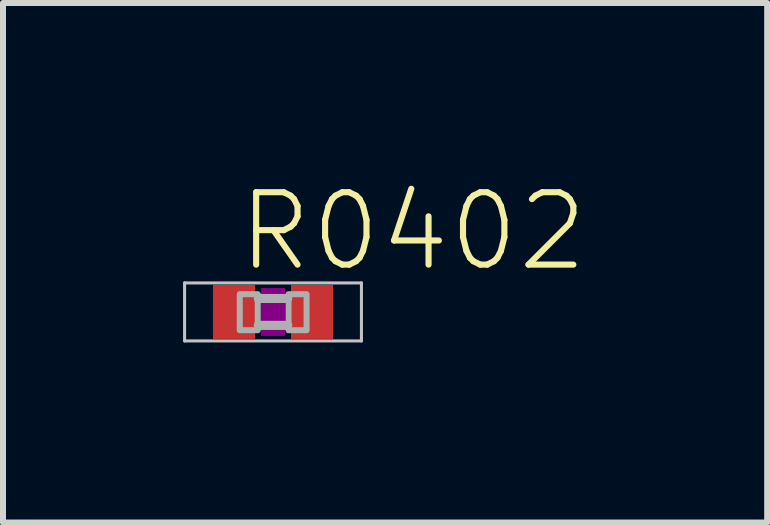
<source format=kicad_pcb>
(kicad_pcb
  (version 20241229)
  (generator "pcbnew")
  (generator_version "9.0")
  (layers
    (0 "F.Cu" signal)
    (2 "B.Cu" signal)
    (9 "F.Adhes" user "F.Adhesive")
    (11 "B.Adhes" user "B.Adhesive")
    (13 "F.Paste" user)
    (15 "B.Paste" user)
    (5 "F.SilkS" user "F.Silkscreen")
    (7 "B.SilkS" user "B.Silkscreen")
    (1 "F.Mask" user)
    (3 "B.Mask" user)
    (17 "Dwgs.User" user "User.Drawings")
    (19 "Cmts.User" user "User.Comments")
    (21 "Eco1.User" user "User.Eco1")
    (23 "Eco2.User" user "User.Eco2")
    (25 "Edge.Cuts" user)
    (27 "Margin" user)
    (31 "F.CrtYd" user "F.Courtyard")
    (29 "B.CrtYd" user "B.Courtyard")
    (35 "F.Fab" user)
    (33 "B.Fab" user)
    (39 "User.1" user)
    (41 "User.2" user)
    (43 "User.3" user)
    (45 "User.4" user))
  (footprint "R0402"
    (layer "F.Cu")
    (at 1.498 2.146)
    (property "Reference" "R0402" (at -0.635 -0.635 0) (layer "F.SilkS") (effects (font (size 1.206 1.206) (thickness 0.102)) (justify left bottom)))
    (attr through_hole)
    (fp_poly (pts (xy -0.2 0.4) (xy 0.2 0.4) (xy 0.2 -0.4) (xy -0.2 -0.4)) (stroke (width 0) (type solid)) (fill yes) (layer "F.Adhes"))
    (fp_line (start -1.473 -0.483) (end 1.473 -0.483) (stroke (width 0.051) (type solid)) (layer "Dwgs.User"))
    (fp_line (start -1.473 0.483) (end -1.473 -0.483) (stroke (width 0.051) (type solid)) (layer "Dwgs.User"))
    (fp_line (start 1.473 -0.483) (end 1.473 0.483) (stroke (width 0.051) (type solid)) (layer "Dwgs.User"))
    (fp_line (start 1.473 0.483) (end -1.473 0.483) (stroke (width 0.051) (type solid)) (layer "Dwgs.User"))
    (fp_line (start -0.245 -0.224) (end 0.245 -0.224) (stroke (width 0.152) (type solid)) (layer "F.Fab"))
    (fp_line (start 0.245 0.224) (end -0.245 0.224) (stroke (width 0.152) (type solid)) (layer "F.Fab"))
    (fp_poly (pts (xy -0.554 0.305) (xy -0.254 0.305) (xy -0.254 -0.295) (xy -0.554 -0.295)) (stroke (width 0.1) (type solid)) (fill no) (layer "F.Fab"))
    (fp_poly (pts (xy 0.259 0.305) (xy 0.559 0.305) (xy 0.559 -0.295) (xy 0.259 -0.295)) (stroke (width 0.1) (type solid)) (fill no) (layer "F.Fab"))
    (pad "1" smd rect (at -0.65 0) (size 0.7 0.9) (layers "F.Cu" "F.Mask" "F.Paste"))
    (pad "2" smd rect (at 0.65 0) (size 0.7 0.9) (layers "F.Cu" "F.Mask" "F.Paste")))
  (gr_rect
    (start -3 -3)
    (end 9.73 5.655)
    (stroke (width 0.1) (type default))
    (fill no)
    (layer "Edge.Cuts")))
</source>
